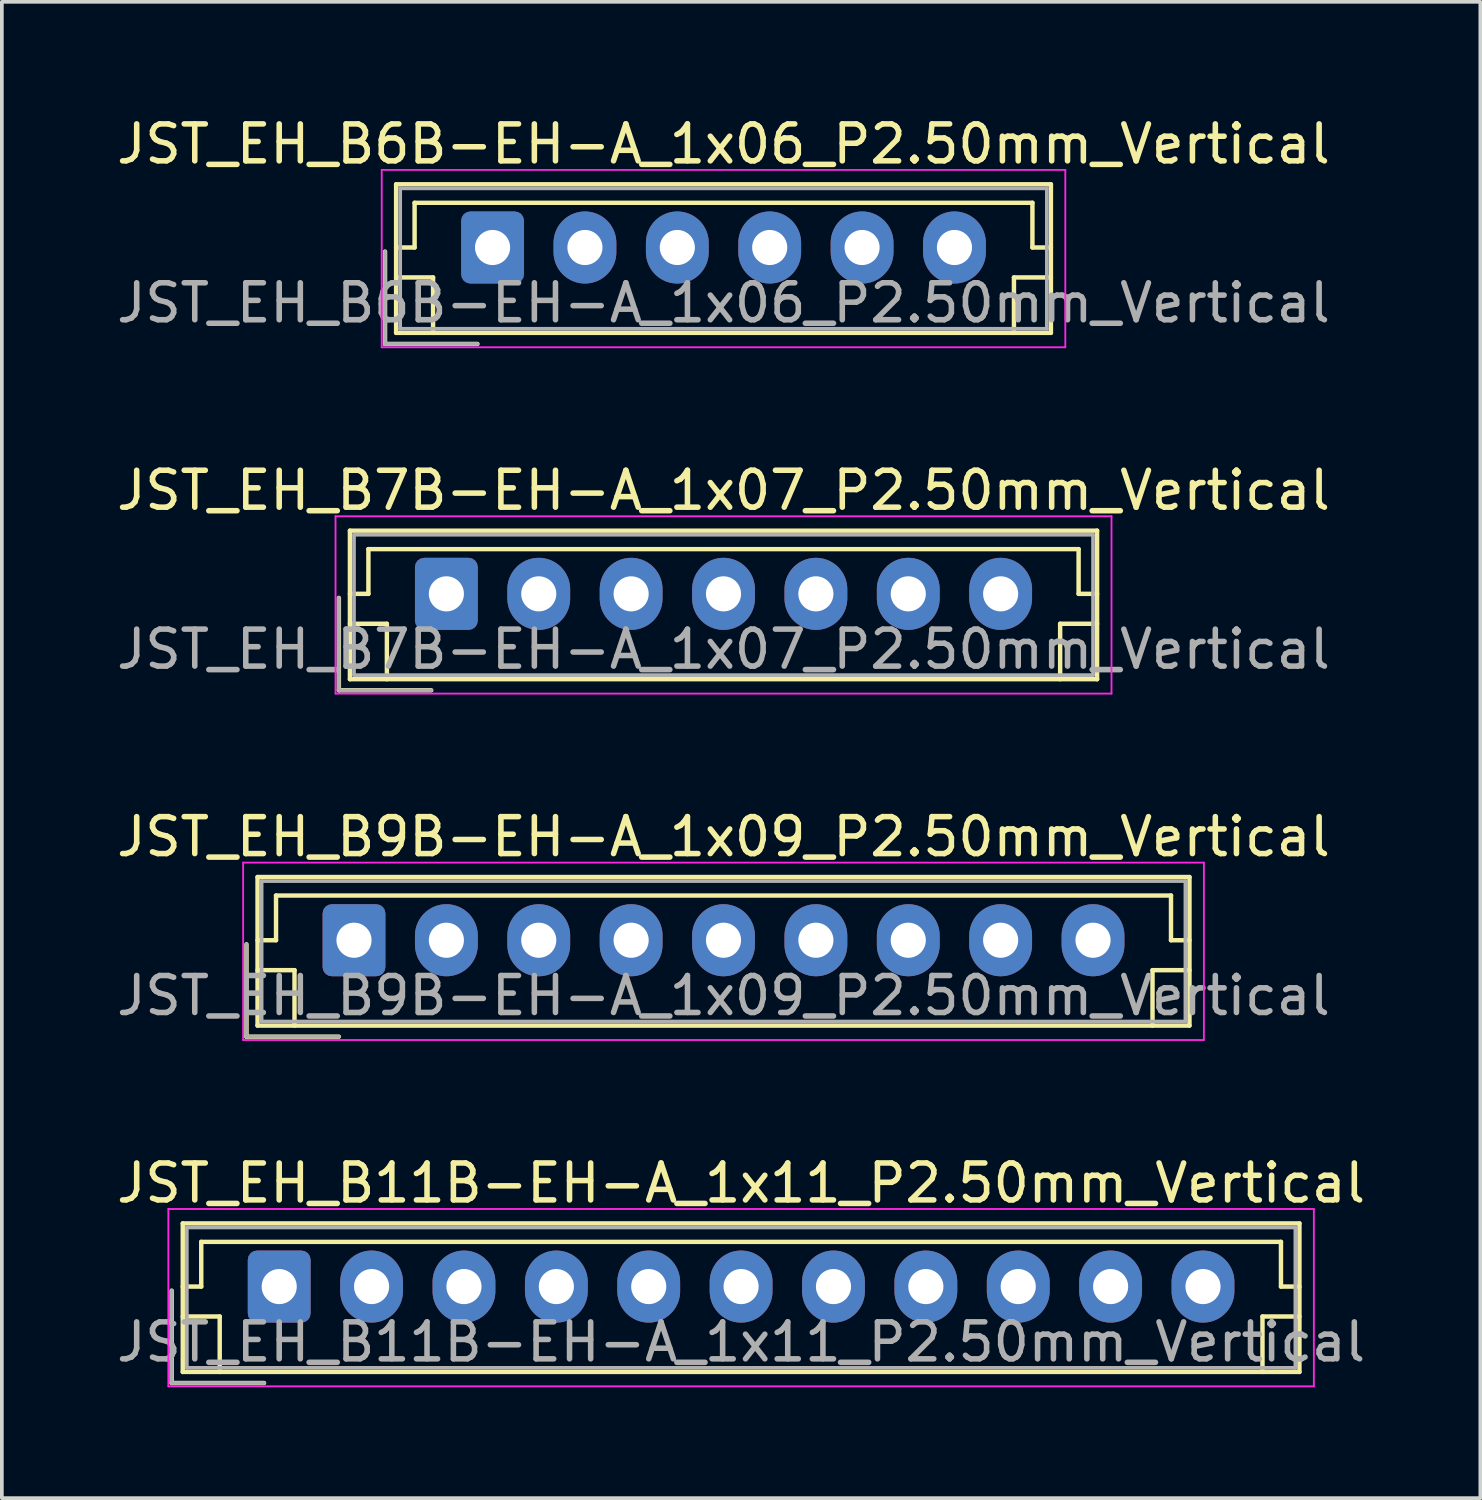
<source format=kicad_pcb>
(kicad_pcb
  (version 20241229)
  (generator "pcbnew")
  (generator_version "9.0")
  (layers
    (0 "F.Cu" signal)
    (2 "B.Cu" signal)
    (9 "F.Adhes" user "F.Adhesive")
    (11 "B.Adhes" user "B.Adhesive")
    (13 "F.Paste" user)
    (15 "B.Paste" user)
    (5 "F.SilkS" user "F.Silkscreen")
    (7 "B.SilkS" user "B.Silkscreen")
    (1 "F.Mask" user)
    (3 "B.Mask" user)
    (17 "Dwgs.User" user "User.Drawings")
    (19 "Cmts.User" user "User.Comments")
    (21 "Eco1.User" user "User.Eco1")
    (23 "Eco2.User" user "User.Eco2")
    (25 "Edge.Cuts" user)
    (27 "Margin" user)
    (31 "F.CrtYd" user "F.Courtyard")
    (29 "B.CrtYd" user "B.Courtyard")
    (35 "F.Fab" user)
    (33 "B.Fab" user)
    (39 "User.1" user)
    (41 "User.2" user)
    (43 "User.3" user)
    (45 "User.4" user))
  (footprint "JST_EH_B11B-EH-A_1x11_P2.50mm_Vertical"
    (layer "F.Cu")
    (at 4.506 31.768)
    (property "Reference" "JST_EH_B11B-EH-A_1x11_P2.50mm_Vertical" (at 12.5 -2.8 0) (layer "F.SilkS") (effects (font (size 1 1) (thickness 0.15))))
    (attr through_hole)
    (fp_line (start -2.91 0.11) (end -2.91 2.61) (stroke (width 0.12) (type solid)) (layer "F.SilkS"))
    (fp_line (start -2.91 2.61) (end -0.41 2.61) (stroke (width 0.12) (type solid)) (layer "F.SilkS"))
    (fp_line (start -2.61 -1.71) (end -2.61 2.31) (stroke (width 0.12) (type solid)) (layer "F.SilkS"))
    (fp_line (start -2.61 0) (end -2.11 0) (stroke (width 0.12) (type solid)) (layer "F.SilkS"))
    (fp_line (start -2.61 0.81) (end -1.61 0.81) (stroke (width 0.12) (type solid)) (layer "F.SilkS"))
    (fp_line (start -2.61 2.31) (end 27.61 2.31) (stroke (width 0.12) (type solid)) (layer "F.SilkS"))
    (fp_line (start -2.11 -1.21) (end 27.11 -1.21) (stroke (width 0.12) (type solid)) (layer "F.SilkS"))
    (fp_line (start -2.11 0) (end -2.11 -1.21) (stroke (width 0.12) (type solid)) (layer "F.SilkS"))
    (fp_line (start -1.61 0.81) (end -1.61 2.31) (stroke (width 0.12) (type solid)) (layer "F.SilkS"))
    (fp_line (start 26.61 0.81) (end 26.61 2.31) (stroke (width 0.12) (type solid)) (layer "F.SilkS"))
    (fp_line (start 27.11 -1.21) (end 27.11 0) (stroke (width 0.12) (type solid)) (layer "F.SilkS"))
    (fp_line (start 27.11 0) (end 27.61 0) (stroke (width 0.12) (type solid)) (layer "F.SilkS"))
    (fp_line (start 27.61 -1.71) (end -2.61 -1.71) (stroke (width 0.12) (type solid)) (layer "F.SilkS"))
    (fp_line (start 27.61 0.81) (end 26.61 0.81) (stroke (width 0.12) (type solid)) (layer "F.SilkS"))
    (fp_line (start 27.61 2.31) (end 27.61 -1.71) (stroke (width 0.12) (type solid)) (layer "F.SilkS"))
    (fp_line (start -3 -2.1) (end -3 2.7) (stroke (width 0.05) (type solid)) (layer "F.CrtYd"))
    (fp_line (start -3 2.7) (end 28 2.7) (stroke (width 0.05) (type solid)) (layer "F.CrtYd"))
    (fp_line (start 28 -2.1) (end -3 -2.1) (stroke (width 0.05) (type solid)) (layer "F.CrtYd"))
    (fp_line (start 28 2.7) (end 28 -2.1) (stroke (width 0.05) (type solid)) (layer "F.CrtYd"))
    (fp_line (start -2.91 0.11) (end -2.91 2.61) (stroke (width 0.1) (type solid)) (layer "F.Fab"))
    (fp_line (start -2.91 2.61) (end -0.41 2.61) (stroke (width 0.1) (type solid)) (layer "F.Fab"))
    (fp_line (start -2.5 -1.6) (end -2.5 2.2) (stroke (width 0.1) (type solid)) (layer "F.Fab"))
    (fp_line (start -2.5 2.2) (end 27.5 2.2) (stroke (width 0.1) (type solid)) (layer "F.Fab"))
    (fp_line (start 27.5 -1.6) (end -2.5 -1.6) (stroke (width 0.1) (type solid)) (layer "F.Fab"))
    (fp_line (start 27.5 2.2) (end 27.5 -1.6) (stroke (width 0.1) (type solid)) (layer "F.Fab"))
    (fp_text user "${REFERENCE}" (at 12.5 1.5 0) (layer "F.Fab") (effects (font (size 1 1) (thickness 0.15))))
    (pad "1" thru_hole roundrect (at 0 0) (size 1.7 1.95) (drill 0.95) (layers "*.Cu" "*.Mask") (roundrect_rratio 0.147))
    (pad "2" thru_hole oval (at 2.5 0) (size 1.7 1.95) (drill 0.95) (layers "*.Cu" "*.Mask"))
    (pad "3" thru_hole oval (at 5 0) (size 1.7 1.95) (drill 0.95) (layers "*.Cu" "*.Mask"))
    (pad "4" thru_hole oval (at 7.5 0) (size 1.7 1.95) (drill 0.95) (layers "*.Cu" "*.Mask"))
    (pad "5" thru_hole oval (at 10 0) (size 1.7 1.95) (drill 0.95) (layers "*.Cu" "*.Mask"))
    (pad "6" thru_hole oval (at 12.5 0) (size 1.7 1.95) (drill 0.95) (layers "*.Cu" "*.Mask"))
    (pad "7" thru_hole oval (at 15 0) (size 1.7 1.95) (drill 0.95) (layers "*.Cu" "*.Mask"))
    (pad "8" thru_hole oval (at 17.5 0) (size 1.7 1.95) (drill 0.95) (layers "*.Cu" "*.Mask"))
    (pad "9" thru_hole oval (at 20 0) (size 1.7 1.95) (drill 0.95) (layers "*.Cu" "*.Mask"))
    (pad "10" thru_hole oval (at 22.5 0) (size 1.7 1.95) (drill 0.95) (layers "*.Cu" "*.Mask"))
    (pad "11" thru_hole oval (at 25 0) (size 1.7 1.95) (drill 0.95) (layers "*.Cu" "*.Mask")))
  (footprint "JST_EH_B6B-EH-A_1x06_P2.50mm_Vertical"
    (layer "F.Cu")
    (at 10.28 3.648)
    (property "Reference" "JST_EH_B6B-EH-A_1x06_P2.50mm_Vertical" (at 6.25 -2.8 0) (layer "F.SilkS") (effects (font (size 1 1) (thickness 0.15))))
    (attr through_hole)
    (fp_line (start -2.91 0.11) (end -2.91 2.61) (stroke (width 0.12) (type solid)) (layer "F.SilkS"))
    (fp_line (start -2.91 2.61) (end -0.41 2.61) (stroke (width 0.12) (type solid)) (layer "F.SilkS"))
    (fp_line (start -2.61 -1.71) (end -2.61 2.31) (stroke (width 0.12) (type solid)) (layer "F.SilkS"))
    (fp_line (start -2.61 0) (end -2.11 0) (stroke (width 0.12) (type solid)) (layer "F.SilkS"))
    (fp_line (start -2.61 0.81) (end -1.61 0.81) (stroke (width 0.12) (type solid)) (layer "F.SilkS"))
    (fp_line (start -2.61 2.31) (end 15.11 2.31) (stroke (width 0.12) (type solid)) (layer "F.SilkS"))
    (fp_line (start -2.11 -1.21) (end 14.61 -1.21) (stroke (width 0.12) (type solid)) (layer "F.SilkS"))
    (fp_line (start -2.11 0) (end -2.11 -1.21) (stroke (width 0.12) (type solid)) (layer "F.SilkS"))
    (fp_line (start -1.61 0.81) (end -1.61 2.31) (stroke (width 0.12) (type solid)) (layer "F.SilkS"))
    (fp_line (start 14.11 0.81) (end 14.11 2.31) (stroke (width 0.12) (type solid)) (layer "F.SilkS"))
    (fp_line (start 14.61 -1.21) (end 14.61 0) (stroke (width 0.12) (type solid)) (layer "F.SilkS"))
    (fp_line (start 14.61 0) (end 15.11 0) (stroke (width 0.12) (type solid)) (layer "F.SilkS"))
    (fp_line (start 15.11 -1.71) (end -2.61 -1.71) (stroke (width 0.12) (type solid)) (layer "F.SilkS"))
    (fp_line (start 15.11 0.81) (end 14.11 0.81) (stroke (width 0.12) (type solid)) (layer "F.SilkS"))
    (fp_line (start 15.11 2.31) (end 15.11 -1.71) (stroke (width 0.12) (type solid)) (layer "F.SilkS"))
    (fp_line (start -3 -2.1) (end -3 2.7) (stroke (width 0.05) (type solid)) (layer "F.CrtYd"))
    (fp_line (start -3 2.7) (end 15.5 2.7) (stroke (width 0.05) (type solid)) (layer "F.CrtYd"))
    (fp_line (start 15.5 -2.1) (end -3 -2.1) (stroke (width 0.05) (type solid)) (layer "F.CrtYd"))
    (fp_line (start 15.5 2.7) (end 15.5 -2.1) (stroke (width 0.05) (type solid)) (layer "F.CrtYd"))
    (fp_line (start -2.91 0.11) (end -2.91 2.61) (stroke (width 0.1) (type solid)) (layer "F.Fab"))
    (fp_line (start -2.91 2.61) (end -0.41 2.61) (stroke (width 0.1) (type solid)) (layer "F.Fab"))
    (fp_line (start -2.5 -1.6) (end -2.5 2.2) (stroke (width 0.1) (type solid)) (layer "F.Fab"))
    (fp_line (start -2.5 2.2) (end 15 2.2) (stroke (width 0.1) (type solid)) (layer "F.Fab"))
    (fp_line (start 15 -1.6) (end -2.5 -1.6) (stroke (width 0.1) (type solid)) (layer "F.Fab"))
    (fp_line (start 15 2.2) (end 15 -1.6) (stroke (width 0.1) (type solid)) (layer "F.Fab"))
    (fp_text user "${REFERENCE}" (at 6.25 1.5 0) (layer "F.Fab") (effects (font (size 1 1) (thickness 0.15))))
    (pad "1" thru_hole roundrect (at 0 0) (size 1.7 1.95) (drill 0.95) (layers "*.Cu" "*.Mask") (roundrect_rratio 0.147))
    (pad "2" thru_hole oval (at 2.5 0) (size 1.7 1.95) (drill 0.95) (layers "*.Cu" "*.Mask"))
    (pad "3" thru_hole oval (at 5 0) (size 1.7 1.95) (drill 0.95) (layers "*.Cu" "*.Mask"))
    (pad "4" thru_hole oval (at 7.5 0) (size 1.7 1.95) (drill 0.95) (layers "*.Cu" "*.Mask"))
    (pad "5" thru_hole oval (at 10 0) (size 1.7 1.95) (drill 0.95) (layers "*.Cu" "*.Mask"))
    (pad "6" thru_hole oval (at 12.5 0) (size 1.7 1.95) (drill 0.95) (layers "*.Cu" "*.Mask")))
  (footprint "JST_EH_B9B-EH-A_1x09_P2.50mm_Vertical"
    (layer "F.Cu")
    (at 6.53 22.395)
    (property "Reference" "JST_EH_B9B-EH-A_1x09_P2.50mm_Vertical" (at 10 -2.8 0) (layer "F.SilkS") (effects (font (size 1 1) (thickness 0.15))))
    (attr through_hole)
    (fp_line (start -2.91 0.11) (end -2.91 2.61) (stroke (width 0.12) (type solid)) (layer "F.SilkS"))
    (fp_line (start -2.91 2.61) (end -0.41 2.61) (stroke (width 0.12) (type solid)) (layer "F.SilkS"))
    (fp_line (start -2.61 -1.71) (end -2.61 2.31) (stroke (width 0.12) (type solid)) (layer "F.SilkS"))
    (fp_line (start -2.61 0) (end -2.11 0) (stroke (width 0.12) (type solid)) (layer "F.SilkS"))
    (fp_line (start -2.61 0.81) (end -1.61 0.81) (stroke (width 0.12) (type solid)) (layer "F.SilkS"))
    (fp_line (start -2.61 2.31) (end 22.61 2.31) (stroke (width 0.12) (type solid)) (layer "F.SilkS"))
    (fp_line (start -2.11 -1.21) (end 22.11 -1.21) (stroke (width 0.12) (type solid)) (layer "F.SilkS"))
    (fp_line (start -2.11 0) (end -2.11 -1.21) (stroke (width 0.12) (type solid)) (layer "F.SilkS"))
    (fp_line (start -1.61 0.81) (end -1.61 2.31) (stroke (width 0.12) (type solid)) (layer "F.SilkS"))
    (fp_line (start 21.61 0.81) (end 21.61 2.31) (stroke (width 0.12) (type solid)) (layer "F.SilkS"))
    (fp_line (start 22.11 -1.21) (end 22.11 0) (stroke (width 0.12) (type solid)) (layer "F.SilkS"))
    (fp_line (start 22.11 0) (end 22.61 0) (stroke (width 0.12) (type solid)) (layer "F.SilkS"))
    (fp_line (start 22.61 -1.71) (end -2.61 -1.71) (stroke (width 0.12) (type solid)) (layer "F.SilkS"))
    (fp_line (start 22.61 0.81) (end 21.61 0.81) (stroke (width 0.12) (type solid)) (layer "F.SilkS"))
    (fp_line (start 22.61 2.31) (end 22.61 -1.71) (stroke (width 0.12) (type solid)) (layer "F.SilkS"))
    (fp_line (start -3 -2.1) (end -3 2.7) (stroke (width 0.05) (type solid)) (layer "F.CrtYd"))
    (fp_line (start -3 2.7) (end 23 2.7) (stroke (width 0.05) (type solid)) (layer "F.CrtYd"))
    (fp_line (start 23 -2.1) (end -3 -2.1) (stroke (width 0.05) (type solid)) (layer "F.CrtYd"))
    (fp_line (start 23 2.7) (end 23 -2.1) (stroke (width 0.05) (type solid)) (layer "F.CrtYd"))
    (fp_line (start -2.91 0.11) (end -2.91 2.61) (stroke (width 0.1) (type solid)) (layer "F.Fab"))
    (fp_line (start -2.91 2.61) (end -0.41 2.61) (stroke (width 0.1) (type solid)) (layer "F.Fab"))
    (fp_line (start -2.5 -1.6) (end -2.5 2.2) (stroke (width 0.1) (type solid)) (layer "F.Fab"))
    (fp_line (start -2.5 2.2) (end 22.5 2.2) (stroke (width 0.1) (type solid)) (layer "F.Fab"))
    (fp_line (start 22.5 -1.6) (end -2.5 -1.6) (stroke (width 0.1) (type solid)) (layer "F.Fab"))
    (fp_line (start 22.5 2.2) (end 22.5 -1.6) (stroke (width 0.1) (type solid)) (layer "F.Fab"))
    (fp_text user "${REFERENCE}" (at 10 1.5 0) (layer "F.Fab") (effects (font (size 1 1) (thickness 0.15))))
    (pad "1" thru_hole roundrect (at 0 0) (size 1.7 1.95) (drill 0.95) (layers "*.Cu" "*.Mask") (roundrect_rratio 0.147))
    (pad "2" thru_hole oval (at 2.5 0) (size 1.7 1.95) (drill 0.95) (layers "*.Cu" "*.Mask"))
    (pad "3" thru_hole oval (at 5 0) (size 1.7 1.95) (drill 0.95) (layers "*.Cu" "*.Mask"))
    (pad "4" thru_hole oval (at 7.5 0) (size 1.7 1.95) (drill 0.95) (layers "*.Cu" "*.Mask"))
    (pad "5" thru_hole oval (at 10 0) (size 1.7 1.95) (drill 0.95) (layers "*.Cu" "*.Mask"))
    (pad "6" thru_hole oval (at 12.5 0) (size 1.7 1.95) (drill 0.95) (layers "*.Cu" "*.Mask"))
    (pad "7" thru_hole oval (at 15 0) (size 1.7 1.95) (drill 0.95) (layers "*.Cu" "*.Mask"))
    (pad "8" thru_hole oval (at 17.5 0) (size 1.7 1.95) (drill 0.95) (layers "*.Cu" "*.Mask"))
    (pad "9" thru_hole oval (at 20 0) (size 1.7 1.95) (drill 0.95) (layers "*.Cu" "*.Mask")))
  (footprint "JST_EH_B7B-EH-A_1x07_P2.50mm_Vertical"
    (layer "F.Cu")
    (at 9.03 13.021)
    (property "Reference" "JST_EH_B7B-EH-A_1x07_P2.50mm_Vertical" (at 7.5 -2.8 0) (layer "F.SilkS") (effects (font (size 1 1) (thickness 0.15))))
    (attr through_hole)
    (fp_line (start -2.91 0.11) (end -2.91 2.61) (stroke (width 0.12) (type solid)) (layer "F.SilkS"))
    (fp_line (start -2.91 2.61) (end -0.41 2.61) (stroke (width 0.12) (type solid)) (layer "F.SilkS"))
    (fp_line (start -2.61 -1.71) (end -2.61 2.31) (stroke (width 0.12) (type solid)) (layer "F.SilkS"))
    (fp_line (start -2.61 0) (end -2.11 0) (stroke (width 0.12) (type solid)) (layer "F.SilkS"))
    (fp_line (start -2.61 0.81) (end -1.61 0.81) (stroke (width 0.12) (type solid)) (layer "F.SilkS"))
    (fp_line (start -2.61 2.31) (end 17.61 2.31) (stroke (width 0.12) (type solid)) (layer "F.SilkS"))
    (fp_line (start -2.11 -1.21) (end 17.11 -1.21) (stroke (width 0.12) (type solid)) (layer "F.SilkS"))
    (fp_line (start -2.11 0) (end -2.11 -1.21) (stroke (width 0.12) (type solid)) (layer "F.SilkS"))
    (fp_line (start -1.61 0.81) (end -1.61 2.31) (stroke (width 0.12) (type solid)) (layer "F.SilkS"))
    (fp_line (start 16.61 0.81) (end 16.61 2.31) (stroke (width 0.12) (type solid)) (layer "F.SilkS"))
    (fp_line (start 17.11 -1.21) (end 17.11 0) (stroke (width 0.12) (type solid)) (layer "F.SilkS"))
    (fp_line (start 17.11 0) (end 17.61 0) (stroke (width 0.12) (type solid)) (layer "F.SilkS"))
    (fp_line (start 17.61 -1.71) (end -2.61 -1.71) (stroke (width 0.12) (type solid)) (layer "F.SilkS"))
    (fp_line (start 17.61 0.81) (end 16.61 0.81) (stroke (width 0.12) (type solid)) (layer "F.SilkS"))
    (fp_line (start 17.61 2.31) (end 17.61 -1.71) (stroke (width 0.12) (type solid)) (layer "F.SilkS"))
    (fp_line (start -3 -2.1) (end -3 2.7) (stroke (width 0.05) (type solid)) (layer "F.CrtYd"))
    (fp_line (start -3 2.7) (end 18 2.7) (stroke (width 0.05) (type solid)) (layer "F.CrtYd"))
    (fp_line (start 18 -2.1) (end -3 -2.1) (stroke (width 0.05) (type solid)) (layer "F.CrtYd"))
    (fp_line (start 18 2.7) (end 18 -2.1) (stroke (width 0.05) (type solid)) (layer "F.CrtYd"))
    (fp_line (start -2.91 0.11) (end -2.91 2.61) (stroke (width 0.1) (type solid)) (layer "F.Fab"))
    (fp_line (start -2.91 2.61) (end -0.41 2.61) (stroke (width 0.1) (type solid)) (layer "F.Fab"))
    (fp_line (start -2.5 -1.6) (end -2.5 2.2) (stroke (width 0.1) (type solid)) (layer "F.Fab"))
    (fp_line (start -2.5 2.2) (end 17.5 2.2) (stroke (width 0.1) (type solid)) (layer "F.Fab"))
    (fp_line (start 17.5 -1.6) (end -2.5 -1.6) (stroke (width 0.1) (type solid)) (layer "F.Fab"))
    (fp_line (start 17.5 2.2) (end 17.5 -1.6) (stroke (width 0.1) (type solid)) (layer "F.Fab"))
    (fp_text user "${REFERENCE}" (at 7.5 1.5 0) (layer "F.Fab") (effects (font (size 1 1) (thickness 0.15))))
    (pad "1" thru_hole roundrect (at 0 0) (size 1.7 1.95) (drill 0.95) (layers "*.Cu" "*.Mask") (roundrect_rratio 0.147))
    (pad "2" thru_hole oval (at 2.5 0) (size 1.7 1.95) (drill 0.95) (layers "*.Cu" "*.Mask"))
    (pad "3" thru_hole oval (at 5 0) (size 1.7 1.95) (drill 0.95) (layers "*.Cu" "*.Mask"))
    (pad "4" thru_hole oval (at 7.5 0) (size 1.7 1.95) (drill 0.95) (layers "*.Cu" "*.Mask"))
    (pad "5" thru_hole oval (at 10 0) (size 1.7 1.95) (drill 0.95) (layers "*.Cu" "*.Mask"))
    (pad "6" thru_hole oval (at 12.5 0) (size 1.7 1.95) (drill 0.95) (layers "*.Cu" "*.Mask"))
    (pad "7" thru_hole oval (at 15 0) (size 1.7 1.95) (drill 0.95) (layers "*.Cu" "*.Mask")))
  (gr_rect
    (start -3 -3)
    (end 37.012 37.493)
    (stroke (width 0.1) (type default))
    (fill no)
    (layer "Edge.Cuts")))
</source>
